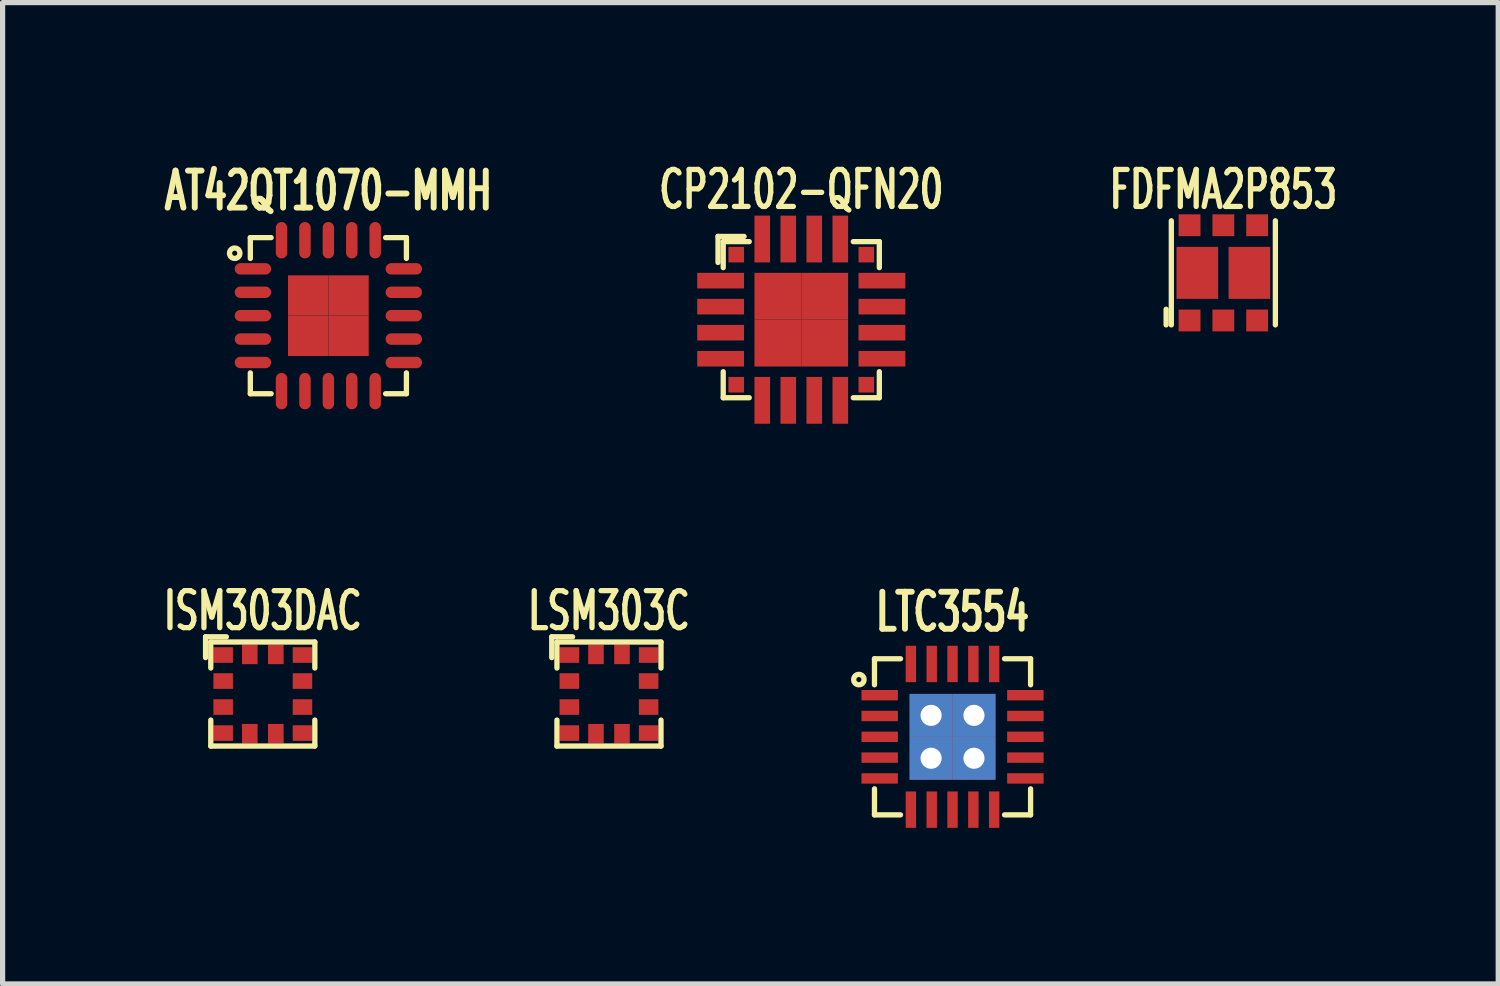
<source format=kicad_pcb>
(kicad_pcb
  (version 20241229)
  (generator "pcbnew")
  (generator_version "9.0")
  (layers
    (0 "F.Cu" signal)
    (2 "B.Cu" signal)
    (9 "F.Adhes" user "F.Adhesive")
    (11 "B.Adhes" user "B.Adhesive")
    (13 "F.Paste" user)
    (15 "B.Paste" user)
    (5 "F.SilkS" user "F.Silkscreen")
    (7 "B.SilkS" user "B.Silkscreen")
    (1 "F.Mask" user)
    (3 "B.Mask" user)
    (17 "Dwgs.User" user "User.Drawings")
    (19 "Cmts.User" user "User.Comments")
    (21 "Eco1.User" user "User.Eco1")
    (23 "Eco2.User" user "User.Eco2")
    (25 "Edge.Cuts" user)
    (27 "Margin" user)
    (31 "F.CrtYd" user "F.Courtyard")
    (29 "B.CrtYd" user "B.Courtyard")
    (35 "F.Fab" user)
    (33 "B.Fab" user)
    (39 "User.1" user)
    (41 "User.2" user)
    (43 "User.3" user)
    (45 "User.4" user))
  (footprint "LTC3554"
    (layer "F.Cu")
    (at 15.257 11.111)
    (property "Reference" "LTC3554" (at 0 -2.4 0) (layer "F.SilkS") (effects (font (size 0.711 0.457) (thickness 0.114))))
    (attr smd)
    (fp_line (start -1.5 -1.5) (end -1.5 -1) (stroke (width 0.102) (type solid)) (layer "F.SilkS"))
    (fp_line (start -1.5 1.5) (end -1.5 1) (stroke (width 0.102) (type solid)) (layer "F.SilkS"))
    (fp_line (start -1 -1.5) (end -1.5 -1.5) (stroke (width 0.102) (type solid)) (layer "F.SilkS"))
    (fp_line (start -1 1.5) (end -1.5 1.5) (stroke (width 0.102) (type solid)) (layer "F.SilkS"))
    (fp_line (start 1 -1.5) (end 1.5 -1.5) (stroke (width 0.102) (type solid)) (layer "F.SilkS"))
    (fp_line (start 1 1.5) (end 1.5 1.5) (stroke (width 0.102) (type solid)) (layer "F.SilkS"))
    (fp_line (start 1.5 -1.5) (end 1.5 -1) (stroke (width 0.102) (type solid)) (layer "F.SilkS"))
    (fp_line (start 1.5 1.5) (end 1.5 1) (stroke (width 0.102) (type solid)) (layer "F.SilkS"))
    (fp_circle (center -1.8 -1.1) (end -1.8 -1.2) (stroke (width 0.102) (type solid)) (fill no) (layer "F.SilkS"))
    (pad "1" smd rect (at -1.4 -0.8 90) (size 0.2 0.7) (layers "F.Cu" "F.Mask" "F.Paste"))
    (pad "2" smd rect (at -1.4 -0.4 90) (size 0.2 0.7) (layers "F.Cu" "F.Mask" "F.Paste"))
    (pad "3" smd rect (at -1.4 0 90) (size 0.2 0.7) (layers "F.Cu" "F.Mask" "F.Paste"))
    (pad "4" smd rect (at -1.4 0.4 90) (size 0.2 0.7) (layers "F.Cu" "F.Mask" "F.Paste"))
    (pad "5" smd rect (at -1.4 0.8 90) (size 0.2 0.7) (layers "F.Cu" "F.Mask" "F.Paste"))
    (pad "6" smd rect (at -0.8 1.4) (size 0.2 0.7) (layers "F.Cu" "F.Mask" "F.Paste"))
    (pad "7" smd rect (at -0.4 1.4) (size 0.2 0.7) (layers "F.Cu" "F.Mask" "F.Paste"))
    (pad "8" smd rect (at 0 1.4) (size 0.2 0.7) (layers "F.Cu" "F.Mask" "F.Paste"))
    (pad "9" smd rect (at 0.4 1.4) (size 0.2 0.7) (layers "F.Cu" "F.Mask" "F.Paste"))
    (pad "10" smd rect (at 0.8 1.4) (size 0.2 0.7) (layers "F.Cu" "F.Mask" "F.Paste"))
    (pad "11" smd rect (at 1.4 0.8 90) (size 0.2 0.7) (layers "F.Cu" "F.Mask" "F.Paste"))
    (pad "12" smd rect (at 1.4 0.4 90) (size 0.2 0.7) (layers "F.Cu" "F.Mask" "F.Paste"))
    (pad "13" smd rect (at 1.4 0 90) (size 0.2 0.7) (layers "F.Cu" "F.Mask" "F.Paste"))
    (pad "14" smd rect (at 1.4 -0.4 90) (size 0.2 0.7) (layers "F.Cu" "F.Mask" "F.Paste"))
    (pad "15" smd rect (at 1.4 -0.8 90) (size 0.2 0.7) (layers "F.Cu" "F.Mask" "F.Paste"))
    (pad "16" smd rect (at 0.8 -1.4) (size 0.2 0.7) (layers "F.Cu" "F.Mask" "F.Paste"))
    (pad "17" smd rect (at 0.4 -1.4) (size 0.2 0.7) (layers "F.Cu" "F.Mask" "F.Paste"))
    (pad "18" smd rect (at 0 -1.4) (size 0.2 0.7) (layers "F.Cu" "F.Mask" "F.Paste"))
    (pad "19" smd rect (at -0.4 -1.4) (size 0.2 0.7) (layers "F.Cu" "F.Mask" "F.Paste"))
    (pad "20" smd rect (at -0.8 -1.4) (size 0.2 0.7) (layers "F.Cu" "F.Mask" "F.Paste"))
    (pad "21" thru_hole rect (at -0.412 -0.412) (size 0.825 0.825) (drill 0.406) (layers "*.Cu" "*.Mask" "F.Paste"))
    (pad "21" thru_hole rect (at -0.412 0.412) (size 0.825 0.825) (drill 0.406) (layers "*.Cu" "*.Mask" "F.Paste"))
    (pad "21" thru_hole rect (at 0.412 -0.412) (size 0.825 0.825) (drill 0.406) (layers "*.Cu" "*.Mask" "F.Paste"))
    (pad "21" thru_hole rect (at 0.412 0.412) (size 0.825 0.825) (drill 0.406) (layers "*.Cu" "*.Mask" "F.Paste")))
  (footprint "CP2102-QFN20"
    (layer "F.Cu")
    (at 12.35 3.094)
    (property "Reference" "CP2102-QFN20" (at 0 -2.5 0) (layer "F.SilkS") (effects (font (size 0.711 0.457) (thickness 0.102))))
    (attr through_hole)
    (fp_line (start -1.6 -1.6) (end -1.6 -1.1) (stroke (width 0.102) (type solid)) (layer "F.SilkS"))
    (fp_line (start -1.5 -1.5) (end -1.5 -1) (stroke (width 0.102) (type solid)) (layer "F.SilkS"))
    (fp_line (start -1.5 -1.5) (end -1 -1.5) (stroke (width 0.102) (type solid)) (layer "F.SilkS"))
    (fp_line (start -1.5 1) (end -1.5 1.5) (stroke (width 0.102) (type solid)) (layer "F.SilkS"))
    (fp_line (start -1.5 1.5) (end -1 1.5) (stroke (width 0.102) (type solid)) (layer "F.SilkS"))
    (fp_line (start -1.1 -1.6) (end -1.6 -1.6) (stroke (width 0.102) (type solid)) (layer "F.SilkS"))
    (fp_line (start 1.5 -1.5) (end 1 -1.5) (stroke (width 0.102) (type solid)) (layer "F.SilkS"))
    (fp_line (start 1.5 -1.5) (end 1.5 -1) (stroke (width 0.102) (type solid)) (layer "F.SilkS"))
    (fp_line (start 1.5 1) (end 1.5 1.5) (stroke (width 0.102) (type solid)) (layer "F.SilkS"))
    (fp_line (start 1.5 1.5) (end 1 1.5) (stroke (width 0.102) (type solid)) (layer "F.SilkS"))
    (pad "1" smd rect (at -1.25 -1.25) (size 0.3 0.3) (layers "F.Cu" "F.Mask" "F.Paste"))
    (pad "2" smd rect (at -1.55 -0.75 90) (size 0.3 0.9) (layers "F.Cu" "F.Mask" "F.Paste"))
    (pad "3" smd rect (at -1.55 -0.25 90) (size 0.3 0.9) (layers "F.Cu" "F.Mask" "F.Paste"))
    (pad "4" smd rect (at -1.55 0.25 90) (size 0.3 0.9) (layers "F.Cu" "F.Mask" "F.Paste"))
    (pad "5" smd rect (at -1.55 0.75 90) (size 0.3 0.9) (layers "F.Cu" "F.Mask" "F.Paste"))
    (pad "6" smd rect (at -1.25 1.25) (size 0.3 0.3) (layers "F.Cu" "F.Mask" "F.Paste"))
    (pad "7" smd rect (at -0.75 1.55) (size 0.3 0.9) (layers "F.Cu" "F.Mask" "F.Paste"))
    (pad "8" smd rect (at -0.25 1.55) (size 0.3 0.9) (layers "F.Cu" "F.Mask" "F.Paste"))
    (pad "9" smd rect (at 0.25 1.55) (size 0.3 0.9) (layers "F.Cu" "F.Mask" "F.Paste"))
    (pad "10" smd rect (at 0.75 1.55) (size 0.3 0.9) (layers "F.Cu" "F.Mask" "F.Paste"))
    (pad "11" smd rect (at 1.25 1.25) (size 0.3 0.3) (layers "F.Cu" "F.Mask" "F.Paste"))
    (pad "12" smd rect (at 1.55 0.75 90) (size 0.3 0.9) (layers "F.Cu" "F.Mask" "F.Paste"))
    (pad "13" smd rect (at 1.55 0.25 90) (size 0.3 0.9) (layers "F.Cu" "F.Mask" "F.Paste"))
    (pad "14" smd rect (at 1.55 -0.25 90) (size 0.3 0.9) (layers "F.Cu" "F.Mask" "F.Paste"))
    (pad "15" smd rect (at 1.55 -0.75 90) (size 0.3 0.9) (layers "F.Cu" "F.Mask" "F.Paste"))
    (pad "16" smd rect (at 1.25 -1.25) (size 0.3 0.3) (layers "F.Cu" "F.Mask" "F.Paste"))
    (pad "17" smd rect (at 0.75 -1.55) (size 0.3 0.9) (layers "F.Cu" "F.Mask" "F.Paste"))
    (pad "18" smd rect (at 0.25 -1.55) (size 0.3 0.9) (layers "F.Cu" "F.Mask" "F.Paste"))
    (pad "19" smd rect (at -0.25 -1.55) (size 0.3 0.9) (layers "F.Cu" "F.Mask" "F.Paste"))
    (pad "20" smd rect (at -0.75 -1.55) (size 0.3 0.9) (layers "F.Cu" "F.Mask" "F.Paste"))
    (pad "21" smd rect (at -0.45 -0.45 90) (size 0.9 0.9) (layers "F.Cu" "F.Mask" "F.Paste"))
    (pad "21" smd rect (at -0.45 0.45 90) (size 0.9 0.9) (layers "F.Cu" "F.Mask" "F.Paste"))
    (pad "21" smd rect (at 0.45 -0.45 90) (size 0.9 0.9) (layers "F.Cu" "F.Mask" "F.Paste"))
    (pad "21" smd rect (at 0.45 0.45 90) (size 0.9 0.9) (layers "F.Cu" "F.Mask" "F.Paste")))
  (footprint "AT42QT1070-MMH"
    (layer "F.Cu")
    (at 3.261 3.017)
    (property "Reference" "AT42QT1070-MMH" (at 0 -2.4 0) (layer "F.SilkS") (effects (font (size 0.711 0.457) (thickness 0.114))))
    (attr smd)
    (fp_line (start -1.5 -1.5) (end -1.5 -1.1) (stroke (width 0.102) (type solid)) (layer "F.SilkS"))
    (fp_line (start -1.5 -1.5) (end -1.1 -1.5) (stroke (width 0.102) (type solid)) (layer "F.SilkS"))
    (fp_line (start -1.5 1.5) (end -1.5 1.1) (stroke (width 0.102) (type solid)) (layer "F.SilkS"))
    (fp_line (start -1.5 1.5) (end -1.1 1.5) (stroke (width 0.102) (type solid)) (layer "F.SilkS"))
    (fp_line (start 1.5 -1.5) (end 1.1 -1.5) (stroke (width 0.102) (type solid)) (layer "F.SilkS"))
    (fp_line (start 1.5 -1.5) (end 1.5 -1.1) (stroke (width 0.102) (type solid)) (layer "F.SilkS"))
    (fp_line (start 1.5 1.5) (end 1.1 1.5) (stroke (width 0.102) (type solid)) (layer "F.SilkS"))
    (fp_line (start 1.5 1.5) (end 1.5 1.1) (stroke (width 0.102) (type solid)) (layer "F.SilkS"))
    (fp_circle (center -1.8 -1.2) (end -1.8 -1.3) (stroke (width 0.102) (type solid)) (fill no) (layer "F.SilkS"))
    (pad "1" smd oval (at -1.45 -0.9 90) (size 0.22 0.7) (layers "F.Cu" "F.Mask" "F.Paste"))
    (pad "2" smd oval (at -1.45 -0.45 90) (size 0.22 0.7) (layers "F.Cu" "F.Mask" "F.Paste"))
    (pad "3" smd oval (at -1.45 0 90) (size 0.22 0.7) (layers "F.Cu" "F.Mask" "F.Paste"))
    (pad "4" smd oval (at -1.45 0.45 90) (size 0.22 0.7) (layers "F.Cu" "F.Mask" "F.Paste"))
    (pad "5" smd oval (at -1.45 0.9 90) (size 0.22 0.7) (layers "F.Cu" "F.Mask" "F.Paste"))
    (pad "6" smd oval (at -0.9 1.45) (size 0.22 0.7) (layers "F.Cu" "F.Mask" "F.Paste"))
    (pad "7" smd oval (at -0.45 1.45) (size 0.22 0.7) (layers "F.Cu" "F.Mask" "F.Paste"))
    (pad "8" smd oval (at 0 1.45) (size 0.22 0.7) (layers "F.Cu" "F.Mask" "F.Paste"))
    (pad "9" smd oval (at 0.45 1.45) (size 0.22 0.7) (layers "F.Cu" "F.Mask" "F.Paste"))
    (pad "10" smd oval (at 0.9 1.45) (size 0.22 0.7) (layers "F.Cu" "F.Mask" "F.Paste"))
    (pad "11" smd oval (at 1.45 0.9 90) (size 0.22 0.7) (layers "F.Cu" "F.Mask" "F.Paste"))
    (pad "12" smd oval (at 1.45 0.45 90) (size 0.22 0.7) (layers "F.Cu" "F.Mask" "F.Paste"))
    (pad "13" smd oval (at 1.45 0 90) (size 0.22 0.7) (layers "F.Cu" "F.Mask" "F.Paste"))
    (pad "14" smd oval (at 1.45 -0.45 90) (size 0.22 0.7) (layers "F.Cu" "F.Mask" "F.Paste"))
    (pad "15" smd oval (at 1.45 -0.9 90) (size 0.22 0.7) (layers "F.Cu" "F.Mask" "F.Paste"))
    (pad "16" smd oval (at 0.9 -1.45) (size 0.22 0.7) (layers "F.Cu" "F.Mask" "F.Paste"))
    (pad "17" smd oval (at 0.45 -1.45) (size 0.22 0.7) (layers "F.Cu" "F.Mask" "F.Paste"))
    (pad "18" smd oval (at 0 -1.45) (size 0.22 0.7) (layers "F.Cu" "F.Mask" "F.Paste"))
    (pad "19" smd oval (at -0.45 -1.45) (size 0.22 0.7) (layers "F.Cu" "F.Mask" "F.Paste"))
    (pad "20" smd oval (at -0.9 -1.45) (size 0.22 0.7) (layers "F.Cu" "F.Mask" "F.Paste"))
    (pad "21" smd rect (at -0.388 -0.388) (size 0.775 0.775) (layers "F.Cu" "F.Mask" "F.Paste"))
    (pad "21" smd rect (at -0.388 0.388) (size 0.775 0.775) (layers "F.Cu" "F.Mask" "F.Paste"))
    (pad "21" smd rect (at 0.388 -0.388) (size 0.775 0.775) (layers "F.Cu" "F.Mask" "F.Paste"))
    (pad "21" smd rect (at 0.388 0.388) (size 0.775 0.775) (layers "F.Cu" "F.Mask" "F.Paste")))
  (footprint "FDFMA2P853"
    (layer "F.Cu")
    (at 20.462 2.194)
    (property "Reference" "FDFMA2P853" (at 0 -1.6 0) (layer "F.SilkS") (effects (font (size 0.711 0.457) (thickness 0.102))))
    (attr through_hole)
    (fp_line (start -1.1 1) (end -1.1 0.7) (stroke (width 0.102) (type solid)) (layer "F.SilkS"))
    (fp_line (start -1 -1) (end -1 1) (stroke (width 0.102) (type solid)) (layer "F.SilkS"))
    (fp_line (start 1 -1) (end 1 1) (stroke (width 0.102) (type solid)) (layer "F.SilkS"))
    (pad "1" smd rect (at -0.65 0.915) (size 0.42 0.42) (layers "F.Cu" "F.Mask" "F.Paste"))
    (pad "2" smd rect (at 0 0.915) (size 0.42 0.42) (layers "F.Cu" "F.Mask" "F.Paste"))
    (pad "3" smd rect (at 0.5 0) (size 0.8 1) (layers "F.Cu" "F.Mask" "F.Paste"))
    (pad "3" smd rect (at 0.65 0.915) (size 0.42 0.42) (layers "F.Cu" "F.Mask" "F.Paste"))
    (pad "4" smd rect (at 0.65 -0.915) (size 0.42 0.42) (layers "F.Cu" "F.Mask" "F.Paste"))
    (pad "5" smd rect (at 0 -0.915) (size 0.42 0.42) (layers "F.Cu" "F.Mask" "F.Paste"))
    (pad "6" smd rect (at -0.65 -0.915) (size 0.42 0.42) (layers "F.Cu" "F.Mask" "F.Paste"))
    (pad "6" smd rect (at -0.5 0) (size 0.8 1) (layers "F.Cu" "F.Mask" "F.Paste")))
  (footprint "ISM303DAC"
    (layer "F.Cu")
    (at 2.001 10.289)
    (property "Reference" "ISM303DAC" (at 0 -1.6 0) (layer "F.SilkS") (effects (font (size 0.711 0.457) (thickness 0.102))))
    (attr smd)
    (fp_line (start -1.1 -1.1) (end -0.7 -1.1) (stroke (width 0.102) (type solid)) (layer "F.SilkS"))
    (fp_line (start -1.1 -0.7) (end -1.1 -1.1) (stroke (width 0.102) (type solid)) (layer "F.SilkS"))
    (fp_line (start -1 -1) (end -1 -0.5) (stroke (width 0.102) (type solid)) (layer "F.SilkS"))
    (fp_line (start -1 -1) (end 1 -1) (stroke (width 0.102) (type solid)) (layer "F.SilkS"))
    (fp_line (start -1 1) (end -1 0.5) (stroke (width 0.102) (type solid)) (layer "F.SilkS"))
    (fp_line (start 1 -1) (end 1 -0.5) (stroke (width 0.102) (type solid)) (layer "F.SilkS"))
    (fp_line (start 1 1) (end -1 1) (stroke (width 0.102) (type solid)) (layer "F.SilkS"))
    (fp_line (start 1 1) (end 1 0.5) (stroke (width 0.102) (type solid)) (layer "F.SilkS"))
    (pad "1" smd rect (at -0.762 -0.75) (size 0.375 0.3) (layers "F.Cu" "F.Mask" "F.Paste"))
    (pad "2" smd rect (at -0.762 -0.25) (size 0.375 0.3) (layers "F.Cu" "F.Mask" "F.Paste"))
    (pad "3" smd rect (at -0.762 0.25) (size 0.375 0.3) (layers "F.Cu" "F.Mask" "F.Paste"))
    (pad "4" smd rect (at -0.762 0.75) (size 0.375 0.3) (layers "F.Cu" "F.Mask" "F.Paste"))
    (pad "5" smd rect (at -0.25 0.762 90) (size 0.375 0.3) (layers "F.Cu" "F.Mask" "F.Paste"))
    (pad "6" smd rect (at 0.25 0.762 90) (size 0.375 0.3) (layers "F.Cu" "F.Mask" "F.Paste"))
    (pad "7" smd rect (at 0.762 0.75) (size 0.375 0.3) (layers "F.Cu" "F.Mask" "F.Paste"))
    (pad "8" smd rect (at 0.762 0.25 180) (size 0.375 0.3) (layers "F.Cu" "F.Mask" "F.Paste"))
    (pad "9" smd rect (at 0.762 -0.25 180) (size 0.375 0.3) (layers "F.Cu" "F.Mask" "F.Paste"))
    (pad "10" smd rect (at 0.762 -0.75) (size 0.375 0.3) (layers "F.Cu" "F.Mask" "F.Paste"))
    (pad "11" smd rect (at 0.25 -0.762 90) (size 0.375 0.3) (layers "F.Cu" "F.Mask" "F.Paste"))
    (pad "12" smd rect (at -0.25 -0.762 270) (size 0.375 0.3) (layers "F.Cu" "F.Mask" "F.Paste")))
  (footprint "LSM303C"
    (layer "F.Cu")
    (at 8.654 10.289)
    (property "Reference" "LSM303C" (at 0 -1.6 0) (layer "F.SilkS") (effects (font (size 0.711 0.457) (thickness 0.102))))
    (attr smd)
    (fp_line (start -1.1 -1.1) (end -0.7 -1.1) (stroke (width 0.102) (type solid)) (layer "F.SilkS"))
    (fp_line (start -1.1 -0.7) (end -1.1 -1.1) (stroke (width 0.102) (type solid)) (layer "F.SilkS"))
    (fp_line (start -1 -1) (end -1 -0.5) (stroke (width 0.102) (type solid)) (layer "F.SilkS"))
    (fp_line (start -1 -1) (end 1 -1) (stroke (width 0.102) (type solid)) (layer "F.SilkS"))
    (fp_line (start -1 1) (end -1 0.5) (stroke (width 0.102) (type solid)) (layer "F.SilkS"))
    (fp_line (start 1 -1) (end 1 -0.5) (stroke (width 0.102) (type solid)) (layer "F.SilkS"))
    (fp_line (start 1 1) (end -1 1) (stroke (width 0.102) (type solid)) (layer "F.SilkS"))
    (fp_line (start 1 1) (end 1 0.5) (stroke (width 0.102) (type solid)) (layer "F.SilkS"))
    (pad "1" smd rect (at -0.762 -0.75) (size 0.375 0.3) (layers "F.Cu" "F.Mask" "F.Paste"))
    (pad "2" smd rect (at -0.762 -0.25) (size 0.375 0.3) (layers "F.Cu" "F.Mask" "F.Paste"))
    (pad "3" smd rect (at -0.762 0.25) (size 0.375 0.3) (layers "F.Cu" "F.Mask" "F.Paste"))
    (pad "4" smd rect (at -0.762 0.75) (size 0.375 0.3) (layers "F.Cu" "F.Mask" "F.Paste"))
    (pad "5" smd rect (at -0.25 0.762 90) (size 0.375 0.3) (layers "F.Cu" "F.Mask" "F.Paste"))
    (pad "6" smd rect (at 0.25 0.762 90) (size 0.375 0.3) (layers "F.Cu" "F.Mask" "F.Paste"))
    (pad "7" smd rect (at 0.762 0.75) (size 0.375 0.3) (layers "F.Cu" "F.Mask" "F.Paste"))
    (pad "8" smd rect (at 0.762 0.25 180) (size 0.375 0.3) (layers "F.Cu" "F.Mask" "F.Paste"))
    (pad "9" smd rect (at 0.762 -0.25 180) (size 0.375 0.3) (layers "F.Cu" "F.Mask" "F.Paste"))
    (pad "10" smd rect (at 0.762 -0.75) (size 0.375 0.3) (layers "F.Cu" "F.Mask" "F.Paste"))
    (pad "11" smd rect (at 0.25 -0.762 90) (size 0.375 0.3) (layers "F.Cu" "F.Mask" "F.Paste"))
    (pad "12" smd rect (at -0.25 -0.762 270) (size 0.375 0.3) (layers "F.Cu" "F.Mask" "F.Paste")))
  (gr_rect
    (start -3 -3)
    (end 25.745 15.861)
    (stroke (width 0.1) (type default))
    (fill no)
    (layer "Edge.Cuts")))
</source>
